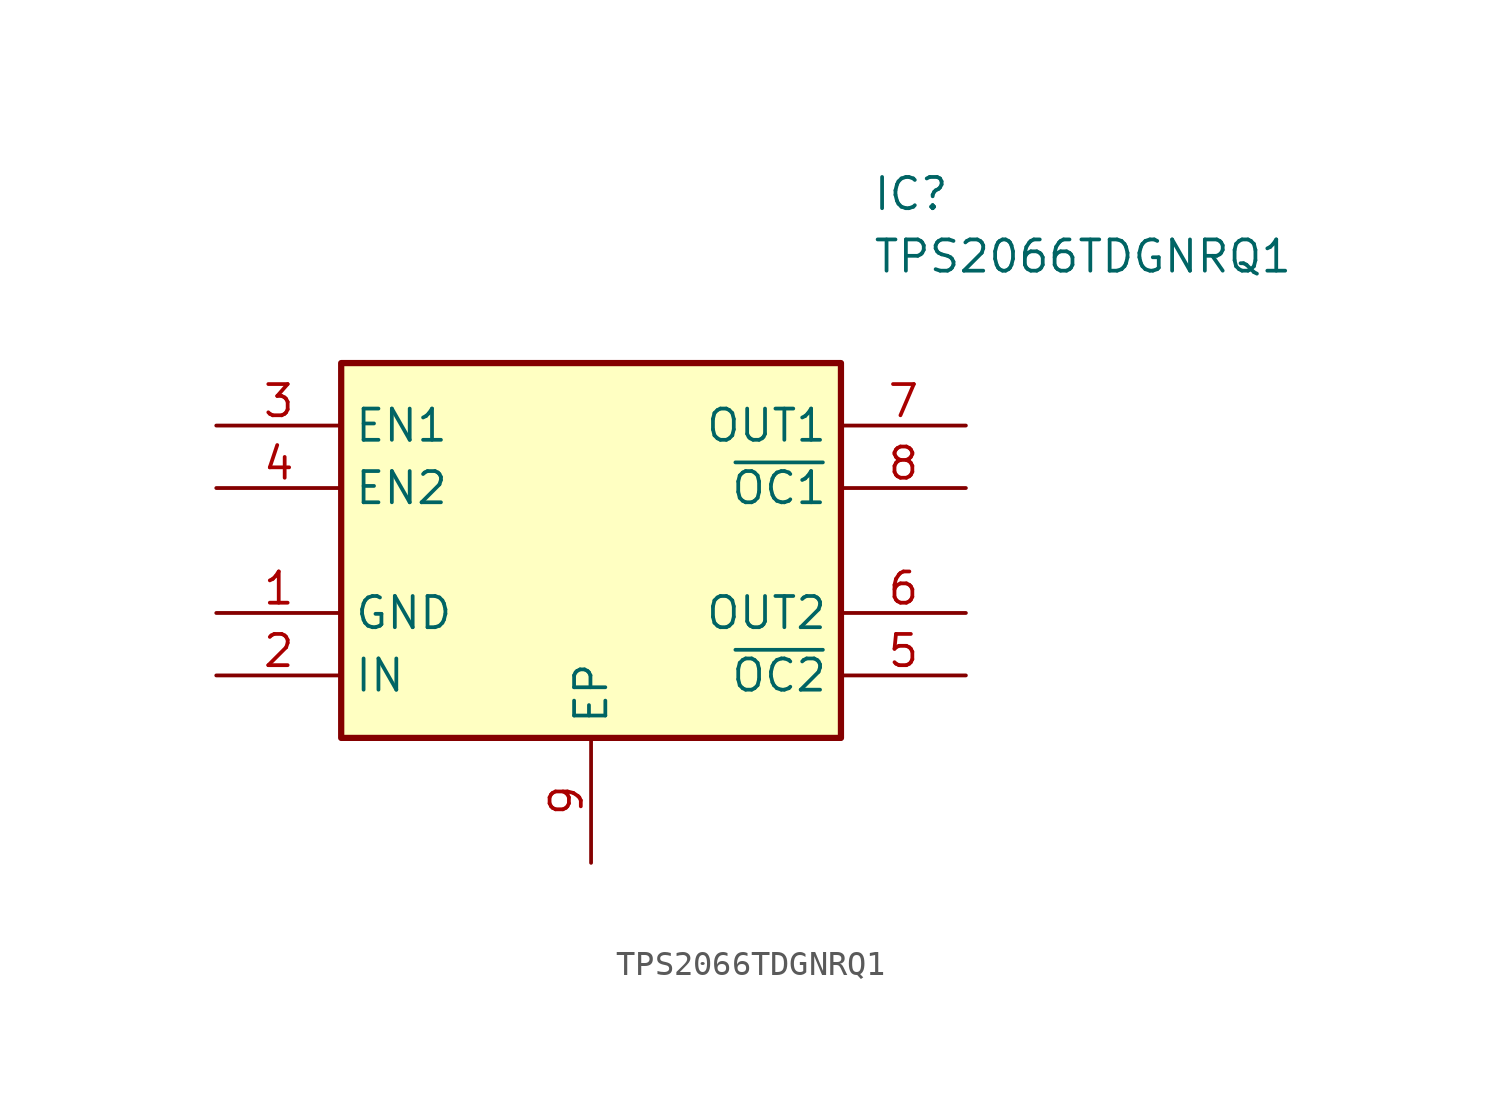
<source format=kicad_sym>
(kicad_symbol_lib
  (version 20231120)
  (generator "kicad_symbol_editor")
  (generator_version "8.0")
  (symbol "TPS2066TDGNRQ1"
    (property "Reference" "IC"
      (at 26.67 7.62 0)
      (effects (font (size 1.27 1.27)) (justify left top)))
    (property "Value" "TPS2066TDGNRQ1"
      (at 26.67 5.08 0)
      (effects (font (size 1.27 1.27)) (justify left top)))
    (symbol "TPS2066TDGNRQ1_1_1"
      (rectangle (start 5.08 0) (end 25.4 -15.24) (stroke (width 0.254) (type default)) (fill (type background)))
      (pin passive line (at 0 -10.16 0) (length 5.08) (name "GND" (effects (font (size 1.27 1.27)))) (number "1" (effects (font (size 1.27 1.27)))))
      (pin passive line (at 0 -12.7 0) (length 5.08) (name "IN" (effects (font (size 1.27 1.27)))) (number "2" (effects (font (size 1.27 1.27)))))
      (pin passive line (at 0 -2.54 0) (length 5.08) (name "EN1" (effects (font (size 1.27 1.27)))) (number "3" (effects (font (size 1.27 1.27)))))
      (pin passive line (at 0 -5.08 0) (length 5.08) (name "EN2" (effects (font (size 1.27 1.27)))) (number "4" (effects (font (size 1.27 1.27)))))
      (pin passive line (at 30.48 -12.7 180) (length 5.08) (name "~{OC2}" (effects (font (size 1.27 1.27)))) (number "5" (effects (font (size 1.27 1.27)))))
      (pin passive line (at 30.48 -10.16 180) (length 5.08) (name "OUT2" (effects (font (size 1.27 1.27)))) (number "6" (effects (font (size 1.27 1.27)))))
      (pin passive line (at 30.48 -2.54 180) (length 5.08) (name "OUT1" (effects (font (size 1.27 1.27)))) (number "7" (effects (font (size 1.27 1.27)))))
      (pin passive line (at 30.48 -5.08 180) (length 5.08) (name "~{OC1}" (effects (font (size 1.27 1.27)))) (number "8" (effects (font (size 1.27 1.27)))))
      (pin passive line (at 15.24 -20.32 90) (length 5.08) (name "EP" (effects (font (size 1.27 1.27)))) (number "9" (effects (font (size 1.27 1.27))))))))
</source>
